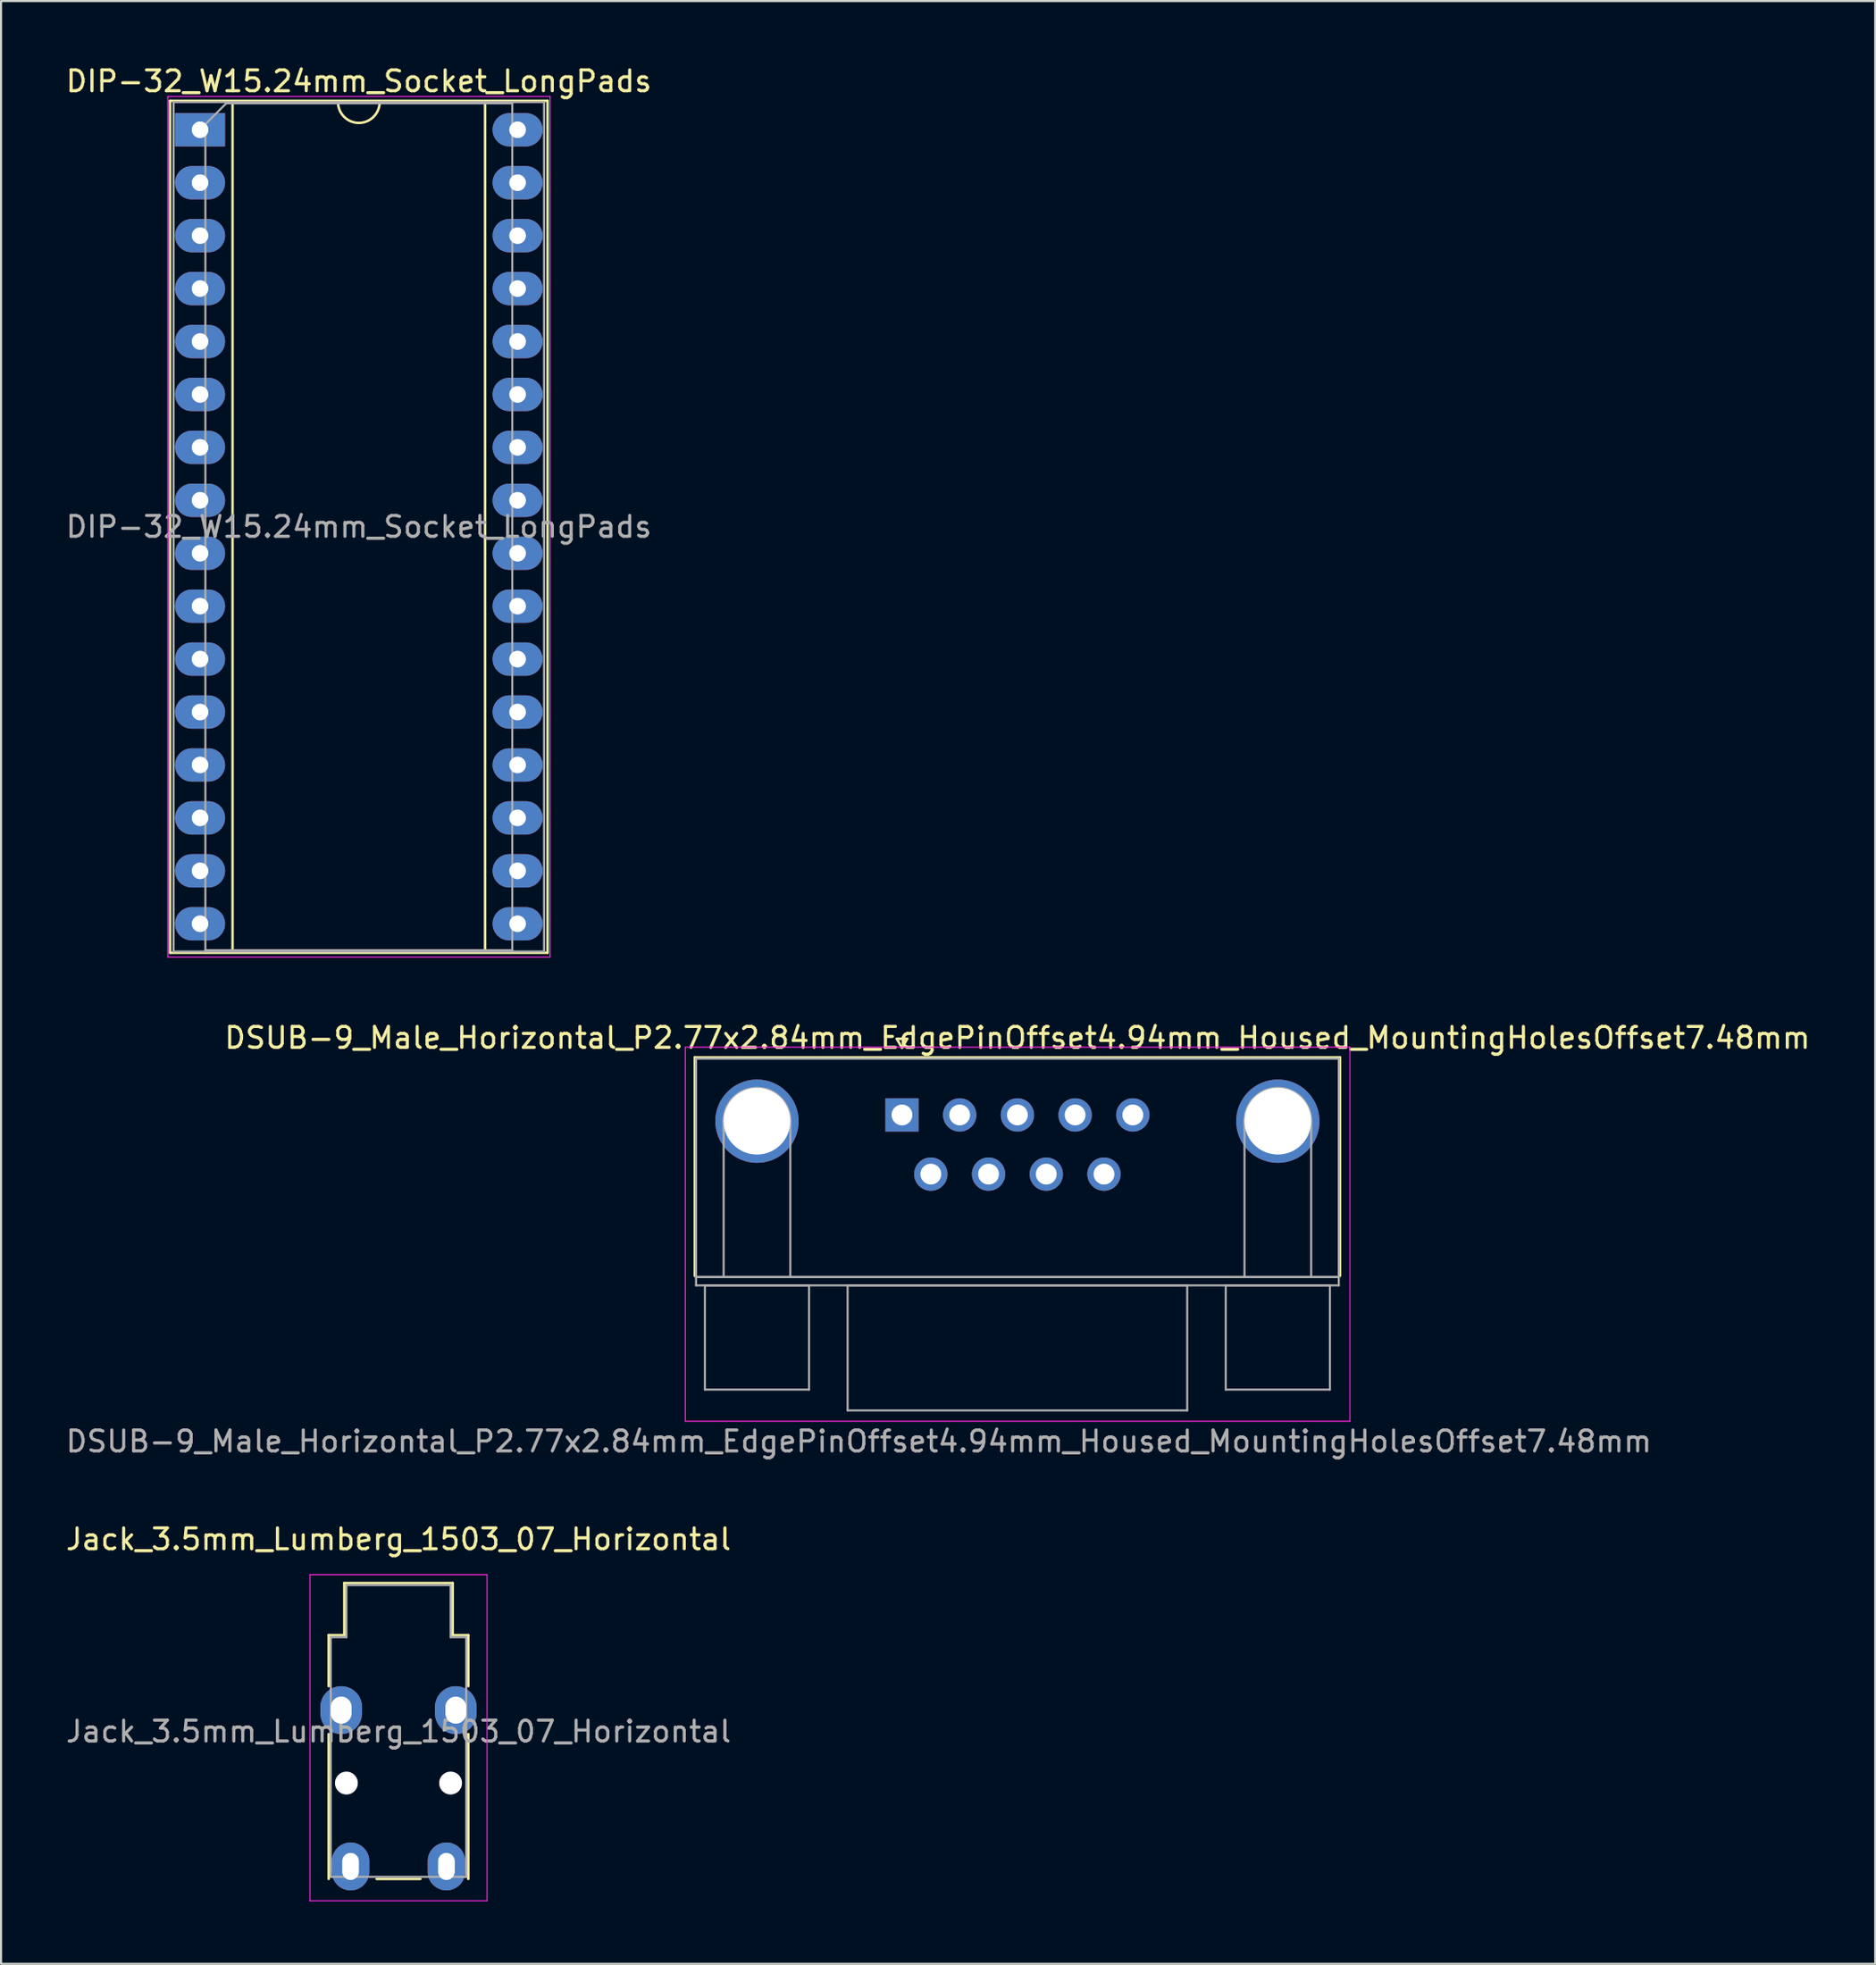
<source format=kicad_pcb>
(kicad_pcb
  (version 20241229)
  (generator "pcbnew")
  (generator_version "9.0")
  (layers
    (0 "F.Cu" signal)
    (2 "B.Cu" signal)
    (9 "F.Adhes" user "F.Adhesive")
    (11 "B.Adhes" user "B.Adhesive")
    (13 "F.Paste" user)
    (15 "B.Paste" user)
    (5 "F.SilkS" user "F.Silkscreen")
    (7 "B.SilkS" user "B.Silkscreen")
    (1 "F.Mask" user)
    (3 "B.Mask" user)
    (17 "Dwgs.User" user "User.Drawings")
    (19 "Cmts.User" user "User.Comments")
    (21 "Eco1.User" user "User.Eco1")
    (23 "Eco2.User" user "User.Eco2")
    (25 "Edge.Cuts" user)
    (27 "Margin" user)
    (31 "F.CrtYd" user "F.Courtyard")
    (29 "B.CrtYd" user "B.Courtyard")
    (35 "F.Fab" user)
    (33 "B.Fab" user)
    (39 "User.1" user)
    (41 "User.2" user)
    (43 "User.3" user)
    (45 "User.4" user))
  (footprint "Jack_3.5mm_Lumberg_1503_07_Horizontal"
    (layer "F.Cu")
    (at 13.327 79.013)
    (property "Reference" "Jack_3.5mm_Lumberg_1503_07_Horizontal" (at 2.75 -8.2 0) (unlocked yes) (layer "F.SilkS") (effects (font (size 1 1) (thickness 0.15))))
    (attr through_hole)
    (fp_line (start -0.6 -3.6) (end -0.6 -1.15) (stroke (width 0.12) (type solid)) (layer "F.SilkS"))
    (fp_line (start -0.6 1.15) (end -0.6 8.1) (stroke (width 0.12) (type solid)) (layer "F.SilkS"))
    (fp_line (start 0.15 -6.1) (end 0.15 -3.6) (stroke (width 0.12) (type solid)) (layer "F.SilkS"))
    (fp_line (start 0.15 -6.1) (end 5.35 -6.1) (stroke (width 0.12) (type solid)) (layer "F.SilkS"))
    (fp_line (start 0.15 -3.6) (end -0.6 -3.6) (stroke (width 0.12) (type solid)) (layer "F.SilkS"))
    (fp_line (start 1.7 8.1) (end 3.8 8.1) (stroke (width 0.12) (type solid)) (layer "F.SilkS"))
    (fp_line (start 5.35 -6.1) (end 5.35 -3.6) (stroke (width 0.12) (type solid)) (layer "F.SilkS"))
    (fp_line (start 5.35 -3.6) (end 6.1 -3.6) (stroke (width 0.12) (type solid)) (layer "F.SilkS"))
    (fp_line (start 6.1 -3.6) (end 6.1 -1.15) (stroke (width 0.12) (type solid)) (layer "F.SilkS"))
    (fp_line (start 6.1 1.15) (end 6.1 8.1) (stroke (width 0.12) (type solid)) (layer "F.SilkS"))
    (fp_line (start -1.5 -6.5) (end 7 -6.5) (stroke (width 0.05) (type solid)) (layer "F.CrtYd"))
    (fp_line (start -1.5 9.15) (end -1.5 -6.5) (stroke (width 0.05) (type solid)) (layer "F.CrtYd"))
    (fp_line (start -1.5 9.15) (end 7 9.15) (stroke (width 0.05) (type solid)) (layer "F.CrtYd"))
    (fp_line (start 7 -6.5) (end 7 9.15) (stroke (width 0.05) (type solid)) (layer "F.CrtYd"))
    (fp_line (start -0.5 -3.5) (end 0.25 -3.5) (stroke (width 0.1) (type solid)) (layer "F.Fab"))
    (fp_line (start -0.5 8) (end -0.5 -3.5) (stroke (width 0.1) (type solid)) (layer "F.Fab"))
    (fp_line (start -0.5 8) (end 6 8) (stroke (width 0.1) (type solid)) (layer "F.Fab"))
    (fp_line (start 0.25 -6) (end 0.25 -3.5) (stroke (width 0.1) (type solid)) (layer "F.Fab"))
    (fp_line (start 0.25 -6) (end 5.25 -6) (stroke (width 0.1) (type solid)) (layer "F.Fab"))
    (fp_line (start 5.25 -3.5) (end 5.25 -6) (stroke (width 0.1) (type solid)) (layer "F.Fab"))
    (fp_line (start 5.25 -3.5) (end 6 -3.5) (stroke (width 0.1) (type solid)) (layer "F.Fab"))
    (fp_line (start 6 -3.5) (end 6 8) (stroke (width 0.1) (type solid)) (layer "F.Fab"))
    (fp_text user "${REFERENCE}" (at 2.75 1.025 0) (unlocked yes) (layer "F.Fab") (effects (font (size 1 1) (thickness 0.15))))
    (pad "" np_thru_hole circle (at 0.25 3.5) (size 1.1 1.1) (drill 1.1) (layers "*.Cu" "*.Mask"))
    (pad "" np_thru_hole circle (at 5.25 3.5) (size 1.1 1.1) (drill 1.1) (layers "*.Cu" "*.Mask"))
    (pad "R" thru_hole oval (at 5.05 7.5) (size 1.8 2.3) (drill oval 0.8 1.3) (layers "*.Cu" "*.Mask"))
    (pad "S" thru_hole oval (at 0.45 7.5) (size 1.8 2.3) (drill oval 0.8 1.3) (layers "*.Cu" "*.Mask"))
    (pad "T" thru_hole oval (at 0 0) (size 2 2.3) (drill oval 1 1.3) (layers "*.Cu" "*.Mask"))
    (pad "T" thru_hole oval (at 5.5 0) (size 2 2.3) (drill oval 1 1.3) (layers "*.Cu" "*.Mask")))
  (footprint "DSUB-9_Male_Horizontal_P2.77x2.84mm_EdgePinOffset4.94mm_Housed_MountingHolesOffset7.48mm"
    (layer "F.Cu")
    (at 40.243 50.452)
    (property "Reference" "DSUB-9_Male_Horizontal_P2.77x2.84mm_EdgePinOffset4.94mm_Housed_MountingHolesOffset7.48mm" (at 5.54 -3.7 180) (layer "F.SilkS") (effects (font (size 1 1) (thickness 0.15))))
    (attr through_hole)
    (fp_line (start -9.945 -2.76) (end 21.025 -2.76) (stroke (width 0.12) (type solid)) (layer "F.SilkS"))
    (fp_line (start -9.945 7.72) (end -9.945 -2.76) (stroke (width 0.12) (type solid)) (layer "F.SilkS"))
    (fp_line (start -0.25 -3.654) (end 0.25 -3.654) (stroke (width 0.12) (type solid)) (layer "F.SilkS"))
    (fp_line (start 0 -3.221) (end -0.25 -3.654) (stroke (width 0.12) (type solid)) (layer "F.SilkS"))
    (fp_line (start 0.25 -3.654) (end 0 -3.221) (stroke (width 0.12) (type solid)) (layer "F.SilkS"))
    (fp_line (start 21.025 -2.76) (end 21.025 7.72) (stroke (width 0.12) (type solid)) (layer "F.SilkS"))
    (fp_line (start -10.4 -3.25) (end -10.4 14.7) (stroke (width 0.05) (type solid)) (layer "F.CrtYd"))
    (fp_line (start -10.4 14.7) (end 21.5 14.7) (stroke (width 0.05) (type solid)) (layer "F.CrtYd"))
    (fp_line (start 21.5 -3.25) (end -10.4 -3.25) (stroke (width 0.05) (type solid)) (layer "F.CrtYd"))
    (fp_line (start 21.5 14.7) (end 21.5 -3.25) (stroke (width 0.05) (type solid)) (layer "F.CrtYd"))
    (fp_line (start -9.885 -2.7) (end -9.885 7.78) (stroke (width 0.1) (type solid)) (layer "F.Fab"))
    (fp_line (start -9.885 7.78) (end -9.885 8.18) (stroke (width 0.1) (type solid)) (layer "F.Fab"))
    (fp_line (start -9.885 7.78) (end 20.965 7.78) (stroke (width 0.1) (type solid)) (layer "F.Fab"))
    (fp_line (start -9.885 8.18) (end 20.965 8.18) (stroke (width 0.1) (type solid)) (layer "F.Fab"))
    (fp_line (start -9.46 8.18) (end -9.46 13.18) (stroke (width 0.1) (type solid)) (layer "F.Fab"))
    (fp_line (start -9.46 13.18) (end -4.46 13.18) (stroke (width 0.1) (type solid)) (layer "F.Fab"))
    (fp_line (start -8.56 7.78) (end -8.56 0.3) (stroke (width 0.1) (type solid)) (layer "F.Fab"))
    (fp_line (start -5.36 7.78) (end -5.36 0.3) (stroke (width 0.1) (type solid)) (layer "F.Fab"))
    (fp_line (start -4.46 8.18) (end -9.46 8.18) (stroke (width 0.1) (type solid)) (layer "F.Fab"))
    (fp_line (start -4.46 13.18) (end -4.46 8.18) (stroke (width 0.1) (type solid)) (layer "F.Fab"))
    (fp_line (start -2.61 8.18) (end -2.61 14.18) (stroke (width 0.1) (type solid)) (layer "F.Fab"))
    (fp_line (start -2.61 14.18) (end 13.69 14.18) (stroke (width 0.1) (type solid)) (layer "F.Fab"))
    (fp_line (start 13.69 8.18) (end -2.61 8.18) (stroke (width 0.1) (type solid)) (layer "F.Fab"))
    (fp_line (start 13.69 14.18) (end 13.69 8.18) (stroke (width 0.1) (type solid)) (layer "F.Fab"))
    (fp_line (start 15.54 8.18) (end 15.54 13.18) (stroke (width 0.1) (type solid)) (layer "F.Fab"))
    (fp_line (start 15.54 13.18) (end 20.54 13.18) (stroke (width 0.1) (type solid)) (layer "F.Fab"))
    (fp_line (start 16.44 7.78) (end 16.44 0.3) (stroke (width 0.1) (type solid)) (layer "F.Fab"))
    (fp_line (start 19.64 7.78) (end 19.64 0.3) (stroke (width 0.1) (type solid)) (layer "F.Fab"))
    (fp_line (start 20.54 8.18) (end 15.54 8.18) (stroke (width 0.1) (type solid)) (layer "F.Fab"))
    (fp_line (start 20.54 13.18) (end 20.54 8.18) (stroke (width 0.1) (type solid)) (layer "F.Fab"))
    (fp_line (start 20.965 -2.7) (end -9.885 -2.7) (stroke (width 0.1) (type solid)) (layer "F.Fab"))
    (fp_line (start 20.965 7.78) (end -9.885 7.78) (stroke (width 0.1) (type solid)) (layer "F.Fab"))
    (fp_line (start 20.965 7.78) (end 20.965 -2.7) (stroke (width 0.1) (type solid)) (layer "F.Fab"))
    (fp_line (start 20.965 8.18) (end 20.965 7.78) (stroke (width 0.1) (type solid)) (layer "F.Fab"))
    (fp_arc (start -8.56 0.3) (mid -6.96 -1.3) (end -5.36 0.3) (stroke (width 0.1) (type solid)) (layer "F.Fab"))
    (fp_arc (start 16.44 0.3) (mid 18.04 -1.3) (end 19.64 0.3) (stroke (width 0.1) (type solid)) (layer "F.Fab"))
    (fp_text user "${REFERENCE}" (at -2.07 15.665 180) (layer "F.Fab") (effects (font (size 1 1) (thickness 0.15))))
    (pad "0" thru_hole circle (at -6.96 0.3) (size 4 4) (drill 3.2) (layers "*.Cu" "*.Mask"))
    (pad "0" thru_hole circle (at 18.04 0.3) (size 4 4) (drill 3.2) (layers "*.Cu" "*.Mask"))
    (pad "1" thru_hole rect (at 0 0) (size 1.6 1.6) (drill 1) (layers "*.Cu" "*.Mask"))
    (pad "2" thru_hole circle (at 2.77 0) (size 1.6 1.6) (drill 1) (layers "*.Cu" "*.Mask"))
    (pad "3" thru_hole circle (at 5.54 0) (size 1.6 1.6) (drill 1) (layers "*.Cu" "*.Mask"))
    (pad "4" thru_hole circle (at 8.31 0) (size 1.6 1.6) (drill 1) (layers "*.Cu" "*.Mask"))
    (pad "5" thru_hole circle (at 11.08 0) (size 1.6 1.6) (drill 1) (layers "*.Cu" "*.Mask"))
    (pad "6" thru_hole circle (at 1.385 2.84) (size 1.6 1.6) (drill 1) (layers "*.Cu" "*.Mask"))
    (pad "7" thru_hole circle (at 4.155 2.84) (size 1.6 1.6) (drill 1) (layers "*.Cu" "*.Mask"))
    (pad "8" thru_hole circle (at 6.925 2.84) (size 1.6 1.6) (drill 1) (layers "*.Cu" "*.Mask"))
    (pad "9" thru_hole circle (at 9.695 2.84) (size 1.6 1.6) (drill 1) (layers "*.Cu" "*.Mask")))
  (footprint "DIP-32_W15.24mm_Socket_LongPads"
    (layer "F.Cu")
    (at 6.553 3.178)
    (property "Reference" "DIP-32_W15.24mm_Socket_LongPads" (at 7.62 -2.33 0) (layer "F.SilkS") (effects (font (size 1 1) (thickness 0.15))))
    (attr through_hole)
    (fp_line (start -1.44 -1.39) (end -1.44 39.49) (stroke (width 0.12) (type solid)) (layer "F.SilkS"))
    (fp_line (start -1.44 39.49) (end 16.68 39.49) (stroke (width 0.12) (type solid)) (layer "F.SilkS"))
    (fp_line (start 1.56 -1.33) (end 1.56 39.43) (stroke (width 0.12) (type solid)) (layer "F.SilkS"))
    (fp_line (start 1.56 39.43) (end 13.68 39.43) (stroke (width 0.12) (type solid)) (layer "F.SilkS"))
    (fp_line (start 6.62 -1.33) (end 1.56 -1.33) (stroke (width 0.12) (type solid)) (layer "F.SilkS"))
    (fp_line (start 13.68 -1.33) (end 8.62 -1.33) (stroke (width 0.12) (type solid)) (layer "F.SilkS"))
    (fp_line (start 13.68 39.43) (end 13.68 -1.33) (stroke (width 0.12) (type solid)) (layer "F.SilkS"))
    (fp_line (start 16.68 -1.39) (end -1.44 -1.39) (stroke (width 0.12) (type solid)) (layer "F.SilkS"))
    (fp_line (start 16.68 39.49) (end 16.68 -1.39) (stroke (width 0.12) (type solid)) (layer "F.SilkS"))
    (fp_arc (start 8.62 -1.33) (mid 7.62 -0.33) (end 6.62 -1.33) (stroke (width 0.12) (type solid)) (layer "F.SilkS"))
    (fp_line (start -1.55 -1.6) (end -1.55 39.7) (stroke (width 0.05) (type solid)) (layer "F.CrtYd"))
    (fp_line (start -1.55 39.7) (end 16.8 39.7) (stroke (width 0.05) (type solid)) (layer "F.CrtYd"))
    (fp_line (start 16.8 -1.6) (end -1.55 -1.6) (stroke (width 0.05) (type solid)) (layer "F.CrtYd"))
    (fp_line (start 16.8 39.7) (end 16.8 -1.6) (stroke (width 0.05) (type solid)) (layer "F.CrtYd"))
    (fp_line (start -1.27 -1.33) (end -1.27 39.43) (stroke (width 0.1) (type solid)) (layer "F.Fab"))
    (fp_line (start -1.27 39.43) (end 16.51 39.43) (stroke (width 0.1) (type solid)) (layer "F.Fab"))
    (fp_line (start 0.255 -0.27) (end 1.255 -1.27) (stroke (width 0.1) (type solid)) (layer "F.Fab"))
    (fp_line (start 0.255 39.37) (end 0.255 -0.27) (stroke (width 0.1) (type solid)) (layer "F.Fab"))
    (fp_line (start 1.255 -1.27) (end 14.985 -1.27) (stroke (width 0.1) (type solid)) (layer "F.Fab"))
    (fp_line (start 14.985 -1.27) (end 14.985 39.37) (stroke (width 0.1) (type solid)) (layer "F.Fab"))
    (fp_line (start 14.985 39.37) (end 0.255 39.37) (stroke (width 0.1) (type solid)) (layer "F.Fab"))
    (fp_line (start 16.51 -1.33) (end -1.27 -1.33) (stroke (width 0.1) (type solid)) (layer "F.Fab"))
    (fp_line (start 16.51 39.43) (end 16.51 -1.33) (stroke (width 0.1) (type solid)) (layer "F.Fab"))
    (fp_text user "${REFERENCE}" (at 7.62 19.05 0) (layer "F.Fab") (effects (font (size 1 1) (thickness 0.15))))
    (pad "1" thru_hole rect (at 0 0) (size 2.4 1.6) (drill 0.8) (layers "*.Cu" "*.Mask"))
    (pad "2" thru_hole oval (at 0 2.54) (size 2.4 1.6) (drill 0.8) (layers "*.Cu" "*.Mask"))
    (pad "3" thru_hole oval (at 0 5.08) (size 2.4 1.6) (drill 0.8) (layers "*.Cu" "*.Mask"))
    (pad "4" thru_hole oval (at 0 7.62) (size 2.4 1.6) (drill 0.8) (layers "*.Cu" "*.Mask"))
    (pad "5" thru_hole oval (at 0 10.16) (size 2.4 1.6) (drill 0.8) (layers "*.Cu" "*.Mask"))
    (pad "6" thru_hole oval (at 0 12.7) (size 2.4 1.6) (drill 0.8) (layers "*.Cu" "*.Mask"))
    (pad "7" thru_hole oval (at 0 15.24) (size 2.4 1.6) (drill 0.8) (layers "*.Cu" "*.Mask"))
    (pad "8" thru_hole oval (at 0 17.78) (size 2.4 1.6) (drill 0.8) (layers "*.Cu" "*.Mask"))
    (pad "9" thru_hole oval (at 0 20.32) (size 2.4 1.6) (drill 0.8) (layers "*.Cu" "*.Mask"))
    (pad "10" thru_hole oval (at 0 22.86) (size 2.4 1.6) (drill 0.8) (layers "*.Cu" "*.Mask"))
    (pad "11" thru_hole oval (at 0 25.4) (size 2.4 1.6) (drill 0.8) (layers "*.Cu" "*.Mask"))
    (pad "12" thru_hole oval (at 0 27.94) (size 2.4 1.6) (drill 0.8) (layers "*.Cu" "*.Mask"))
    (pad "13" thru_hole oval (at 0 30.48) (size 2.4 1.6) (drill 0.8) (layers "*.Cu" "*.Mask"))
    (pad "14" thru_hole oval (at 0 33.02) (size 2.4 1.6) (drill 0.8) (layers "*.Cu" "*.Mask"))
    (pad "15" thru_hole oval (at 0 35.56) (size 2.4 1.6) (drill 0.8) (layers "*.Cu" "*.Mask"))
    (pad "16" thru_hole oval (at 0 38.1) (size 2.4 1.6) (drill 0.8) (layers "*.Cu" "*.Mask"))
    (pad "17" thru_hole oval (at 15.24 38.1) (size 2.4 1.6) (drill 0.8) (layers "*.Cu" "*.Mask"))
    (pad "18" thru_hole oval (at 15.24 35.56) (size 2.4 1.6) (drill 0.8) (layers "*.Cu" "*.Mask"))
    (pad "19" thru_hole oval (at 15.24 33.02) (size 2.4 1.6) (drill 0.8) (layers "*.Cu" "*.Mask"))
    (pad "20" thru_hole oval (at 15.24 30.48) (size 2.4 1.6) (drill 0.8) (layers "*.Cu" "*.Mask"))
    (pad "21" thru_hole oval (at 15.24 27.94) (size 2.4 1.6) (drill 0.8) (layers "*.Cu" "*.Mask"))
    (pad "22" thru_hole oval (at 15.24 25.4) (size 2.4 1.6) (drill 0.8) (layers "*.Cu" "*.Mask"))
    (pad "23" thru_hole oval (at 15.24 22.86) (size 2.4 1.6) (drill 0.8) (layers "*.Cu" "*.Mask"))
    (pad "24" thru_hole oval (at 15.24 20.32) (size 2.4 1.6) (drill 0.8) (layers "*.Cu" "*.Mask"))
    (pad "25" thru_hole oval (at 15.24 17.78) (size 2.4 1.6) (drill 0.8) (layers "*.Cu" "*.Mask"))
    (pad "26" thru_hole oval (at 15.24 15.24) (size 2.4 1.6) (drill 0.8) (layers "*.Cu" "*.Mask"))
    (pad "27" thru_hole oval (at 15.24 12.7) (size 2.4 1.6) (drill 0.8) (layers "*.Cu" "*.Mask"))
    (pad "28" thru_hole oval (at 15.24 10.16) (size 2.4 1.6) (drill 0.8) (layers "*.Cu" "*.Mask"))
    (pad "29" thru_hole oval (at 15.24 7.62) (size 2.4 1.6) (drill 0.8) (layers "*.Cu" "*.Mask"))
    (pad "30" thru_hole oval (at 15.24 5.08) (size 2.4 1.6) (drill 0.8) (layers "*.Cu" "*.Mask"))
    (pad "31" thru_hole oval (at 15.24 2.54) (size 2.4 1.6) (drill 0.8) (layers "*.Cu" "*.Mask"))
    (pad "32" thru_hole oval (at 15.24 0) (size 2.4 1.6) (drill 0.8) (layers "*.Cu" "*.Mask")))
  (gr_rect
    (start -3 -3)
    (end 86.955 91.188)
    (stroke (width 0.1) (type default))
    (fill no)
    (layer "Edge.Cuts")))
</source>
